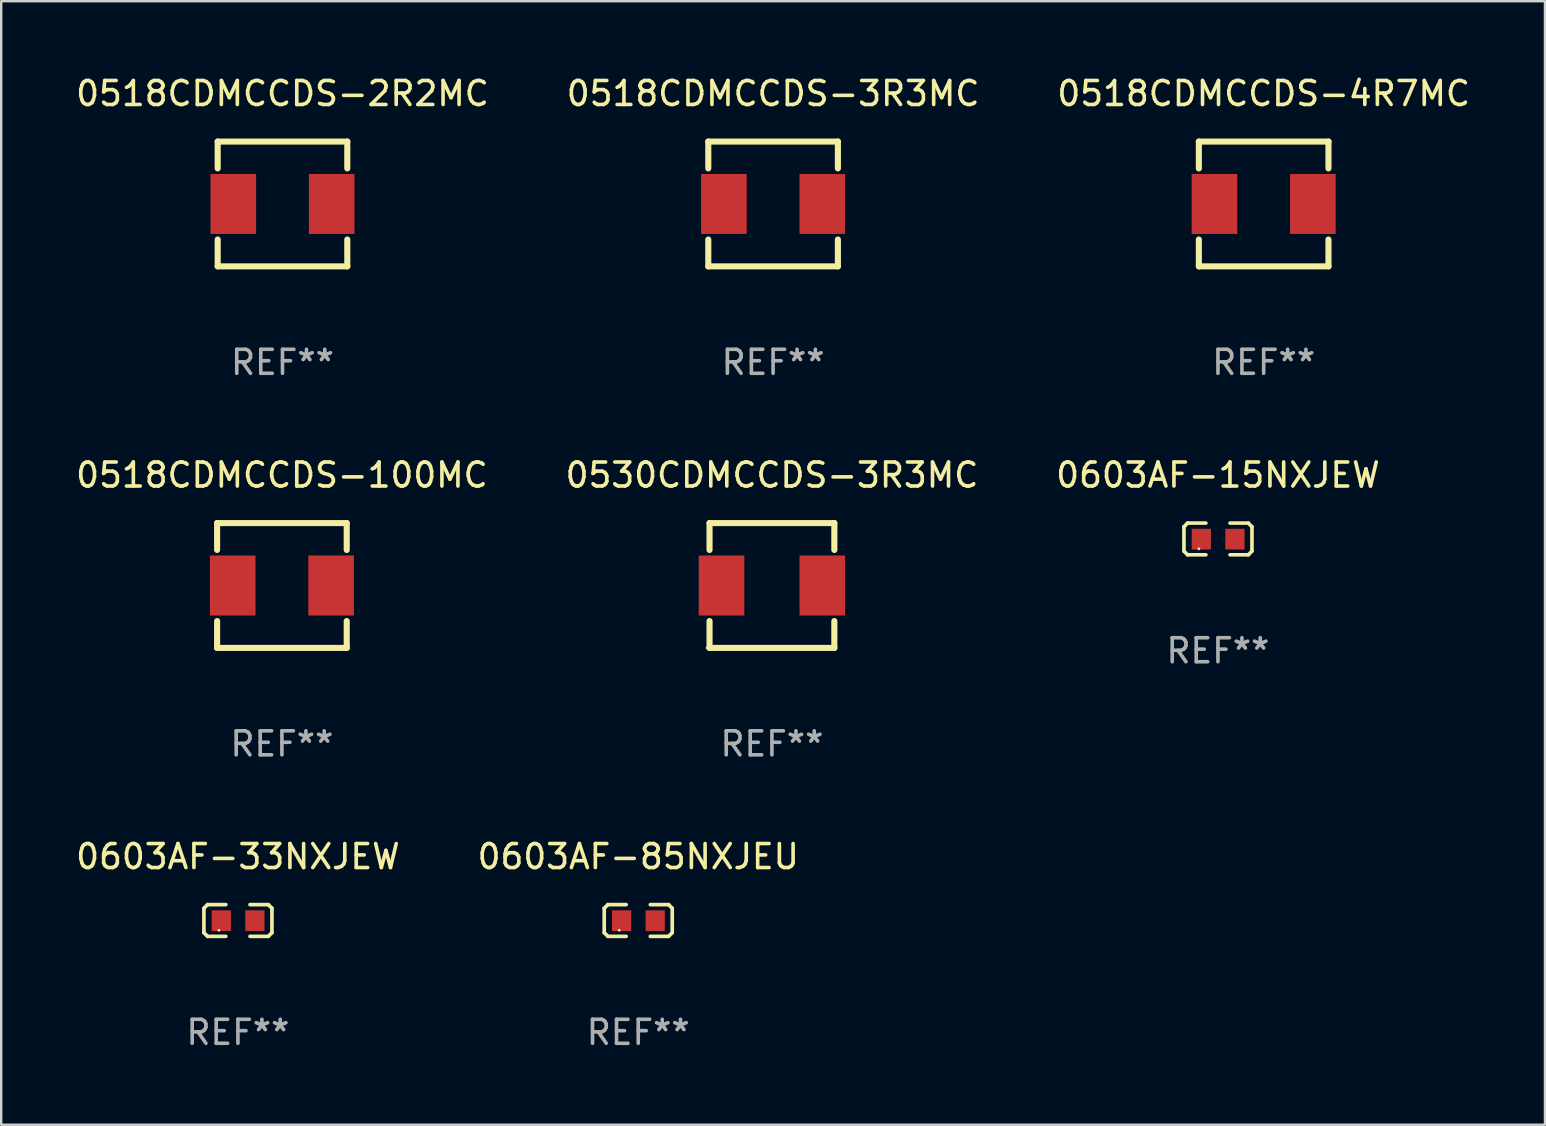
<source format=kicad_pcb>
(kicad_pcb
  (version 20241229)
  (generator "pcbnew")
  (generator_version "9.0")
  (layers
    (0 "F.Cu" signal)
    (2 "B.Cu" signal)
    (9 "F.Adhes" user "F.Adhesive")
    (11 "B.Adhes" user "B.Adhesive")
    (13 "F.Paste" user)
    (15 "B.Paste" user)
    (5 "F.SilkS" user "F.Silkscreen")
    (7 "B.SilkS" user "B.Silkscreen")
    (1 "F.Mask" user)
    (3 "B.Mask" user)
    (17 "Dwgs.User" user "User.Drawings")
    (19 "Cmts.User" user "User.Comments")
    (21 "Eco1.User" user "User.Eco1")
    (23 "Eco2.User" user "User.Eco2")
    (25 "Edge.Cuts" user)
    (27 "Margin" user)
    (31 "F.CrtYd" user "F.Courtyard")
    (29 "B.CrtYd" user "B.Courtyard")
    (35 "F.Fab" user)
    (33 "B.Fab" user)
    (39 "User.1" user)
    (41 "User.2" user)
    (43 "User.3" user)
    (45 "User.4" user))
  (footprint "0518CDMCCDS-100MC"
    (layer "F.Cu")
    (at 8.696 21.345)
    (property "Reference" "0518CDMCCDS-100MC" (at 0 -4.6 0) (layer "F.SilkS") (effects (font (size 1 1) (thickness 0.15))))
    (attr through_hole)
    (fp_line (start -2.7 -2.6) (end 2.7 -2.6) (stroke (width 0.254) (type solid)) (layer "F.SilkS"))
    (fp_line (start -2.7 -1.481) (end -2.7 -2.6) (stroke (width 0.254) (type solid)) (layer "F.SilkS"))
    (fp_line (start -2.7 2.6) (end -2.7 1.481) (stroke (width 0.254) (type solid)) (layer "F.SilkS"))
    (fp_line (start 2.7 -2.6) (end 2.7 -1.481) (stroke (width 0.254) (type solid)) (layer "F.SilkS"))
    (fp_line (start 2.7 1.481) (end 2.7 2.6) (stroke (width 0.254) (type solid)) (layer "F.SilkS"))
    (fp_line (start 2.7 2.6) (end -2.7 2.6) (stroke (width 0.254) (type solid)) (layer "F.SilkS"))
    (fp_circle (center -2.7 2.6) (end -2.67 2.6) (stroke (width 0.06) (type solid)) (fill no) (layer "F.SilkS"))
    (fp_text user "REF**" (at 0 6.6 0) (layer "F.Fab") (effects (font (size 1 1) (thickness 0.15))))
    (pad "1" smd rect (at -2.05 0) (size 1.9 2.5) (layers "F.Cu" "F.Mask" "F.Paste"))
    (pad "2" smd rect (at 2.05 0) (size 1.9 2.5) (layers "F.Cu" "F.Mask" "F.Paste")))
  (footprint "0518CDMCCDS-3R3MC"
    (layer "F.Cu")
    (at 29.161 5.448)
    (property "Reference" "0518CDMCCDS-3R3MC" (at 0 -4.6 0) (layer "F.SilkS") (effects (font (size 1 1) (thickness 0.15))))
    (attr through_hole)
    (fp_line (start -2.7 -2.6) (end 2.7 -2.6) (stroke (width 0.254) (type solid)) (layer "F.SilkS"))
    (fp_line (start -2.7 -1.481) (end -2.7 -2.6) (stroke (width 0.254) (type solid)) (layer "F.SilkS"))
    (fp_line (start -2.7 2.6) (end -2.7 1.481) (stroke (width 0.254) (type solid)) (layer "F.SilkS"))
    (fp_line (start 2.7 -2.6) (end 2.7 -1.481) (stroke (width 0.254) (type solid)) (layer "F.SilkS"))
    (fp_line (start 2.7 1.481) (end 2.7 2.6) (stroke (width 0.254) (type solid)) (layer "F.SilkS"))
    (fp_line (start 2.7 2.6) (end -2.7 2.6) (stroke (width 0.254) (type solid)) (layer "F.SilkS"))
    (fp_circle (center -2.7 2.6) (end -2.67 2.6) (stroke (width 0.06) (type solid)) (fill no) (layer "F.SilkS"))
    (fp_text user "REF**" (at 0 6.6 0) (layer "F.Fab") (effects (font (size 1 1) (thickness 0.15))))
    (pad "1" smd rect (at -2.05 0) (size 1.9 2.5) (layers "F.Cu" "F.Mask" "F.Paste"))
    (pad "2" smd rect (at 2.05 0) (size 1.9 2.5) (layers "F.Cu" "F.Mask" "F.Paste")))
  (footprint "0603AF-85NXJEU"
    (layer "F.Cu")
    (at 23.542 35.302)
    (property "Reference" "0603AF-85NXJEU" (at 0 -2.661 0) (layer "F.SilkS") (effects (font (size 1 1) (thickness 0.15))))
    (attr through_hole)
    (fp_line (start -1.417 -0.508) (end -1.265 -0.661) (stroke (width 0.152) (type solid)) (layer "F.SilkS"))
    (fp_line (start -1.417 0.508) (end -1.417 -0.508) (stroke (width 0.152) (type solid)) (layer "F.SilkS"))
    (fp_line (start -1.265 -0.661) (end -0.503 -0.661) (stroke (width 0.152) (type solid)) (layer "F.SilkS"))
    (fp_line (start -1.265 0.661) (end -1.417 0.508) (stroke (width 0.152) (type solid)) (layer "F.SilkS"))
    (fp_line (start -1.265 0.661) (end -0.503 0.661) (stroke (width 0.152) (type solid)) (layer "F.SilkS"))
    (fp_line (start 1.265 -0.661) (end 0.503 -0.661) (stroke (width 0.152) (type solid)) (layer "F.SilkS"))
    (fp_line (start 1.265 -0.661) (end 1.417 -0.508) (stroke (width 0.152) (type solid)) (layer "F.SilkS"))
    (fp_line (start 1.265 0.661) (end 0.503 0.661) (stroke (width 0.152) (type solid)) (layer "F.SilkS"))
    (fp_line (start 1.417 -0.508) (end 1.417 0.508) (stroke (width 0.152) (type solid)) (layer "F.SilkS"))
    (fp_line (start 1.417 0.508) (end 1.265 0.661) (stroke (width 0.152) (type solid)) (layer "F.SilkS"))
    (fp_circle (center -0.793 0.409) (end -0.763 0.409) (stroke (width 0.06) (type solid)) (fill no) (layer "F.SilkS"))
    (fp_text user "REF**" (at 0 4.661 0) (layer "F.Fab") (effects (font (size 1 1) (thickness 0.15))))
    (pad "1" smd rect (at -0.693 0.009 180) (size 0.8 0.864) (layers "F.Cu" "F.Mask" "F.Paste"))
    (pad "2" smd rect (at 0.707 0.009 180) (size 0.8 0.864) (layers "F.Cu" "F.Mask" "F.Paste")))
  (footprint "0603AF-33NXJEW"
    (layer "F.Cu")
    (at 6.863 35.302)
    (property "Reference" "0603AF-33NXJEW" (at 0 -2.661 0) (layer "F.SilkS") (effects (font (size 1 1) (thickness 0.15))))
    (attr through_hole)
    (fp_line (start -1.417 -0.508) (end -1.265 -0.661) (stroke (width 0.152) (type solid)) (layer "F.SilkS"))
    (fp_line (start -1.417 0.508) (end -1.417 -0.508) (stroke (width 0.152) (type solid)) (layer "F.SilkS"))
    (fp_line (start -1.265 -0.661) (end -0.503 -0.661) (stroke (width 0.152) (type solid)) (layer "F.SilkS"))
    (fp_line (start -1.265 0.661) (end -1.417 0.508) (stroke (width 0.152) (type solid)) (layer "F.SilkS"))
    (fp_line (start -1.265 0.661) (end -0.503 0.661) (stroke (width 0.152) (type solid)) (layer "F.SilkS"))
    (fp_line (start 1.265 -0.661) (end 0.503 -0.661) (stroke (width 0.152) (type solid)) (layer "F.SilkS"))
    (fp_line (start 1.265 -0.661) (end 1.417 -0.508) (stroke (width 0.152) (type solid)) (layer "F.SilkS"))
    (fp_line (start 1.265 0.661) (end 0.503 0.661) (stroke (width 0.152) (type solid)) (layer "F.SilkS"))
    (fp_line (start 1.417 -0.508) (end 1.417 0.508) (stroke (width 0.152) (type solid)) (layer "F.SilkS"))
    (fp_line (start 1.417 0.508) (end 1.265 0.661) (stroke (width 0.152) (type solid)) (layer "F.SilkS"))
    (fp_circle (center -0.793 0.409) (end -0.763 0.409) (stroke (width 0.06) (type solid)) (fill no) (layer "F.SilkS"))
    (fp_text user "REF**" (at 0 4.661 0) (layer "F.Fab") (effects (font (size 1 1) (thickness 0.15))))
    (pad "1" smd rect (at -0.693 0.009 180) (size 0.8 0.864) (layers "F.Cu" "F.Mask" "F.Paste"))
    (pad "2" smd rect (at 0.707 0.009 180) (size 0.8 0.864) (layers "F.Cu" "F.Mask" "F.Paste")))
  (footprint "0530CDMCCDS-3R3MC"
    (layer "F.Cu")
    (at 29.113 21.345)
    (property "Reference" "0530CDMCCDS-3R3MC" (at 0 -4.6 0) (layer "F.SilkS") (effects (font (size 1 1) (thickness 0.15))))
    (attr through_hole)
    (fp_line (start -2.6 -2.6) (end 2.6 -2.6) (stroke (width 0.254) (type solid)) (layer "F.SilkS"))
    (fp_line (start -2.6 -1.481) (end -2.6 -2.6) (stroke (width 0.254) (type solid)) (layer "F.SilkS"))
    (fp_line (start -2.6 2.6) (end -2.6 1.481) (stroke (width 0.254) (type solid)) (layer "F.SilkS"))
    (fp_line (start 2.6 -2.6) (end 2.6 -1.481) (stroke (width 0.254) (type solid)) (layer "F.SilkS"))
    (fp_line (start 2.6 1.481) (end 2.6 2.6) (stroke (width 0.254) (type solid)) (layer "F.SilkS"))
    (fp_line (start 2.6 2.6) (end -2.6 2.6) (stroke (width 0.254) (type solid)) (layer "F.SilkS"))
    (fp_circle (center -2.7 2.6) (end -2.67 2.6) (stroke (width 0.06) (type solid)) (fill no) (layer "F.SilkS"))
    (fp_text user "REF**" (at 0 6.6 0) (layer "F.Fab") (effects (font (size 1 1) (thickness 0.15))))
    (pad "1" smd rect (at -2.1 0) (size 1.9 2.5) (layers "F.Cu" "F.Mask" "F.Paste"))
    (pad "2" smd rect (at 2.1 0) (size 1.9 2.5) (layers "F.Cu" "F.Mask" "F.Paste")))
  (footprint "0603AF-15NXJEW"
    (layer "F.Cu")
    (at 47.696 19.405)
    (property "Reference" "0603AF-15NXJEW" (at 0 -2.661 0) (layer "F.SilkS") (effects (font (size 1 1) (thickness 0.15))))
    (attr through_hole)
    (fp_line (start -1.417 -0.508) (end -1.265 -0.661) (stroke (width 0.152) (type solid)) (layer "F.SilkS"))
    (fp_line (start -1.417 0.508) (end -1.417 -0.508) (stroke (width 0.152) (type solid)) (layer "F.SilkS"))
    (fp_line (start -1.265 -0.661) (end -0.503 -0.661) (stroke (width 0.152) (type solid)) (layer "F.SilkS"))
    (fp_line (start -1.265 0.661) (end -1.417 0.508) (stroke (width 0.152) (type solid)) (layer "F.SilkS"))
    (fp_line (start -1.265 0.661) (end -0.503 0.661) (stroke (width 0.152) (type solid)) (layer "F.SilkS"))
    (fp_line (start 1.265 -0.661) (end 0.503 -0.661) (stroke (width 0.152) (type solid)) (layer "F.SilkS"))
    (fp_line (start 1.265 -0.661) (end 1.417 -0.508) (stroke (width 0.152) (type solid)) (layer "F.SilkS"))
    (fp_line (start 1.265 0.661) (end 0.503 0.661) (stroke (width 0.152) (type solid)) (layer "F.SilkS"))
    (fp_line (start 1.417 -0.508) (end 1.417 0.508) (stroke (width 0.152) (type solid)) (layer "F.SilkS"))
    (fp_line (start 1.417 0.508) (end 1.265 0.661) (stroke (width 0.152) (type solid)) (layer "F.SilkS"))
    (fp_circle (center -0.793 0.409) (end -0.763 0.409) (stroke (width 0.06) (type solid)) (fill no) (layer "F.SilkS"))
    (fp_text user "REF**" (at 0 4.661 0) (layer "F.Fab") (effects (font (size 1 1) (thickness 0.15))))
    (pad "1" smd rect (at -0.693 0.009 180) (size 0.8 0.864) (layers "F.Cu" "F.Mask" "F.Paste"))
    (pad "2" smd rect (at 0.707 0.009 180) (size 0.8 0.864) (layers "F.Cu" "F.Mask" "F.Paste")))
  (footprint "0518CDMCCDS-2R2MC"
    (layer "F.Cu")
    (at 8.72 5.448)
    (property "Reference" "0518CDMCCDS-2R2MC" (at 0 -4.6 0) (layer "F.SilkS") (effects (font (size 1 1) (thickness 0.15))))
    (attr through_hole)
    (fp_line (start -2.7 -2.6) (end 2.7 -2.6) (stroke (width 0.254) (type solid)) (layer "F.SilkS"))
    (fp_line (start -2.7 -1.481) (end -2.7 -2.6) (stroke (width 0.254) (type solid)) (layer "F.SilkS"))
    (fp_line (start -2.7 2.6) (end -2.7 1.481) (stroke (width 0.254) (type solid)) (layer "F.SilkS"))
    (fp_line (start 2.7 -2.6) (end 2.7 -1.481) (stroke (width 0.254) (type solid)) (layer "F.SilkS"))
    (fp_line (start 2.7 1.481) (end 2.7 2.6) (stroke (width 0.254) (type solid)) (layer "F.SilkS"))
    (fp_line (start 2.7 2.6) (end -2.7 2.6) (stroke (width 0.254) (type solid)) (layer "F.SilkS"))
    (fp_circle (center -2.7 2.6) (end -2.67 2.6) (stroke (width 0.06) (type solid)) (fill no) (layer "F.SilkS"))
    (fp_text user "REF**" (at 0 6.6 0) (layer "F.Fab") (effects (font (size 1 1) (thickness 0.15))))
    (pad "1" smd rect (at -2.05 0) (size 1.9 2.5) (layers "F.Cu" "F.Mask" "F.Paste"))
    (pad "2" smd rect (at 2.05 0) (size 1.9 2.5) (layers "F.Cu" "F.Mask" "F.Paste")))
  (footprint "0518CDMCCDS-4R7MC"
    (layer "F.Cu")
    (at 49.601 5.448)
    (property "Reference" "0518CDMCCDS-4R7MC" (at 0 -4.6 0) (layer "F.SilkS") (effects (font (size 1 1) (thickness 0.15))))
    (attr through_hole)
    (fp_line (start -2.7 -2.6) (end 2.7 -2.6) (stroke (width 0.254) (type solid)) (layer "F.SilkS"))
    (fp_line (start -2.7 -1.481) (end -2.7 -2.6) (stroke (width 0.254) (type solid)) (layer "F.SilkS"))
    (fp_line (start -2.7 2.6) (end -2.7 1.481) (stroke (width 0.254) (type solid)) (layer "F.SilkS"))
    (fp_line (start 2.7 -2.6) (end 2.7 -1.481) (stroke (width 0.254) (type solid)) (layer "F.SilkS"))
    (fp_line (start 2.7 1.481) (end 2.7 2.6) (stroke (width 0.254) (type solid)) (layer "F.SilkS"))
    (fp_line (start 2.7 2.6) (end -2.7 2.6) (stroke (width 0.254) (type solid)) (layer "F.SilkS"))
    (fp_circle (center -2.7 2.6) (end -2.67 2.6) (stroke (width 0.06) (type solid)) (fill no) (layer "F.SilkS"))
    (fp_text user "REF**" (at 0 6.6 0) (layer "F.Fab") (effects (font (size 1 1) (thickness 0.15))))
    (pad "1" smd rect (at -2.05 0) (size 1.9 2.5) (layers "F.Cu" "F.Mask" "F.Paste"))
    (pad "2" smd rect (at 2.05 0) (size 1.9 2.5) (layers "F.Cu" "F.Mask" "F.Paste")))
  (gr_rect
    (start -3 -3)
    (end 61.321 43.811)
    (stroke (width 0.1) (type default))
    (fill no)
    (layer "Edge.Cuts")))
</source>
